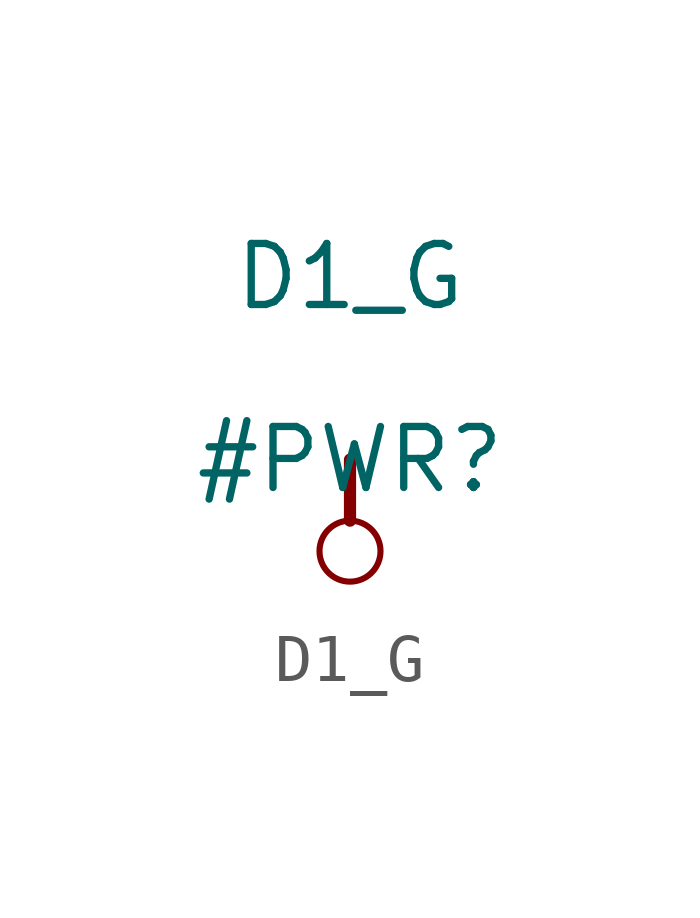
<source format=kicad_sym>
(kicad_symbol_lib
  (version 20211014)
  (generator kicad_symbol_editor)
  (symbol "D1_G"
    (power)
    (property "Reference" "#PWR"
      (at 0 0 0)
      (effects (font (size 1.27 1.27))))
    (property "Value" "D1_G"
      (at 0 3.81 0)
      (effects (font (size 1.27 1.27))))
    (symbol "D1_G_0_0"
      (circle (center 0 -1.905) (radius 0.635) (stroke (width 0.127) (type default) (color 0 0 0 0)) (fill (type none)))
      (polyline (pts (xy 0 0) (xy 0 -1.27)) (stroke (width 0.254) (type default) (color 0 0 0 0)) (fill (type none)))
      (pin power_in line (at 0 0 0) (length 0) hide (name "D1_G" (effects (font (size 1.27 1.27)))) (number "" (effects (font (size 1.27 1.27))))))))
</source>
